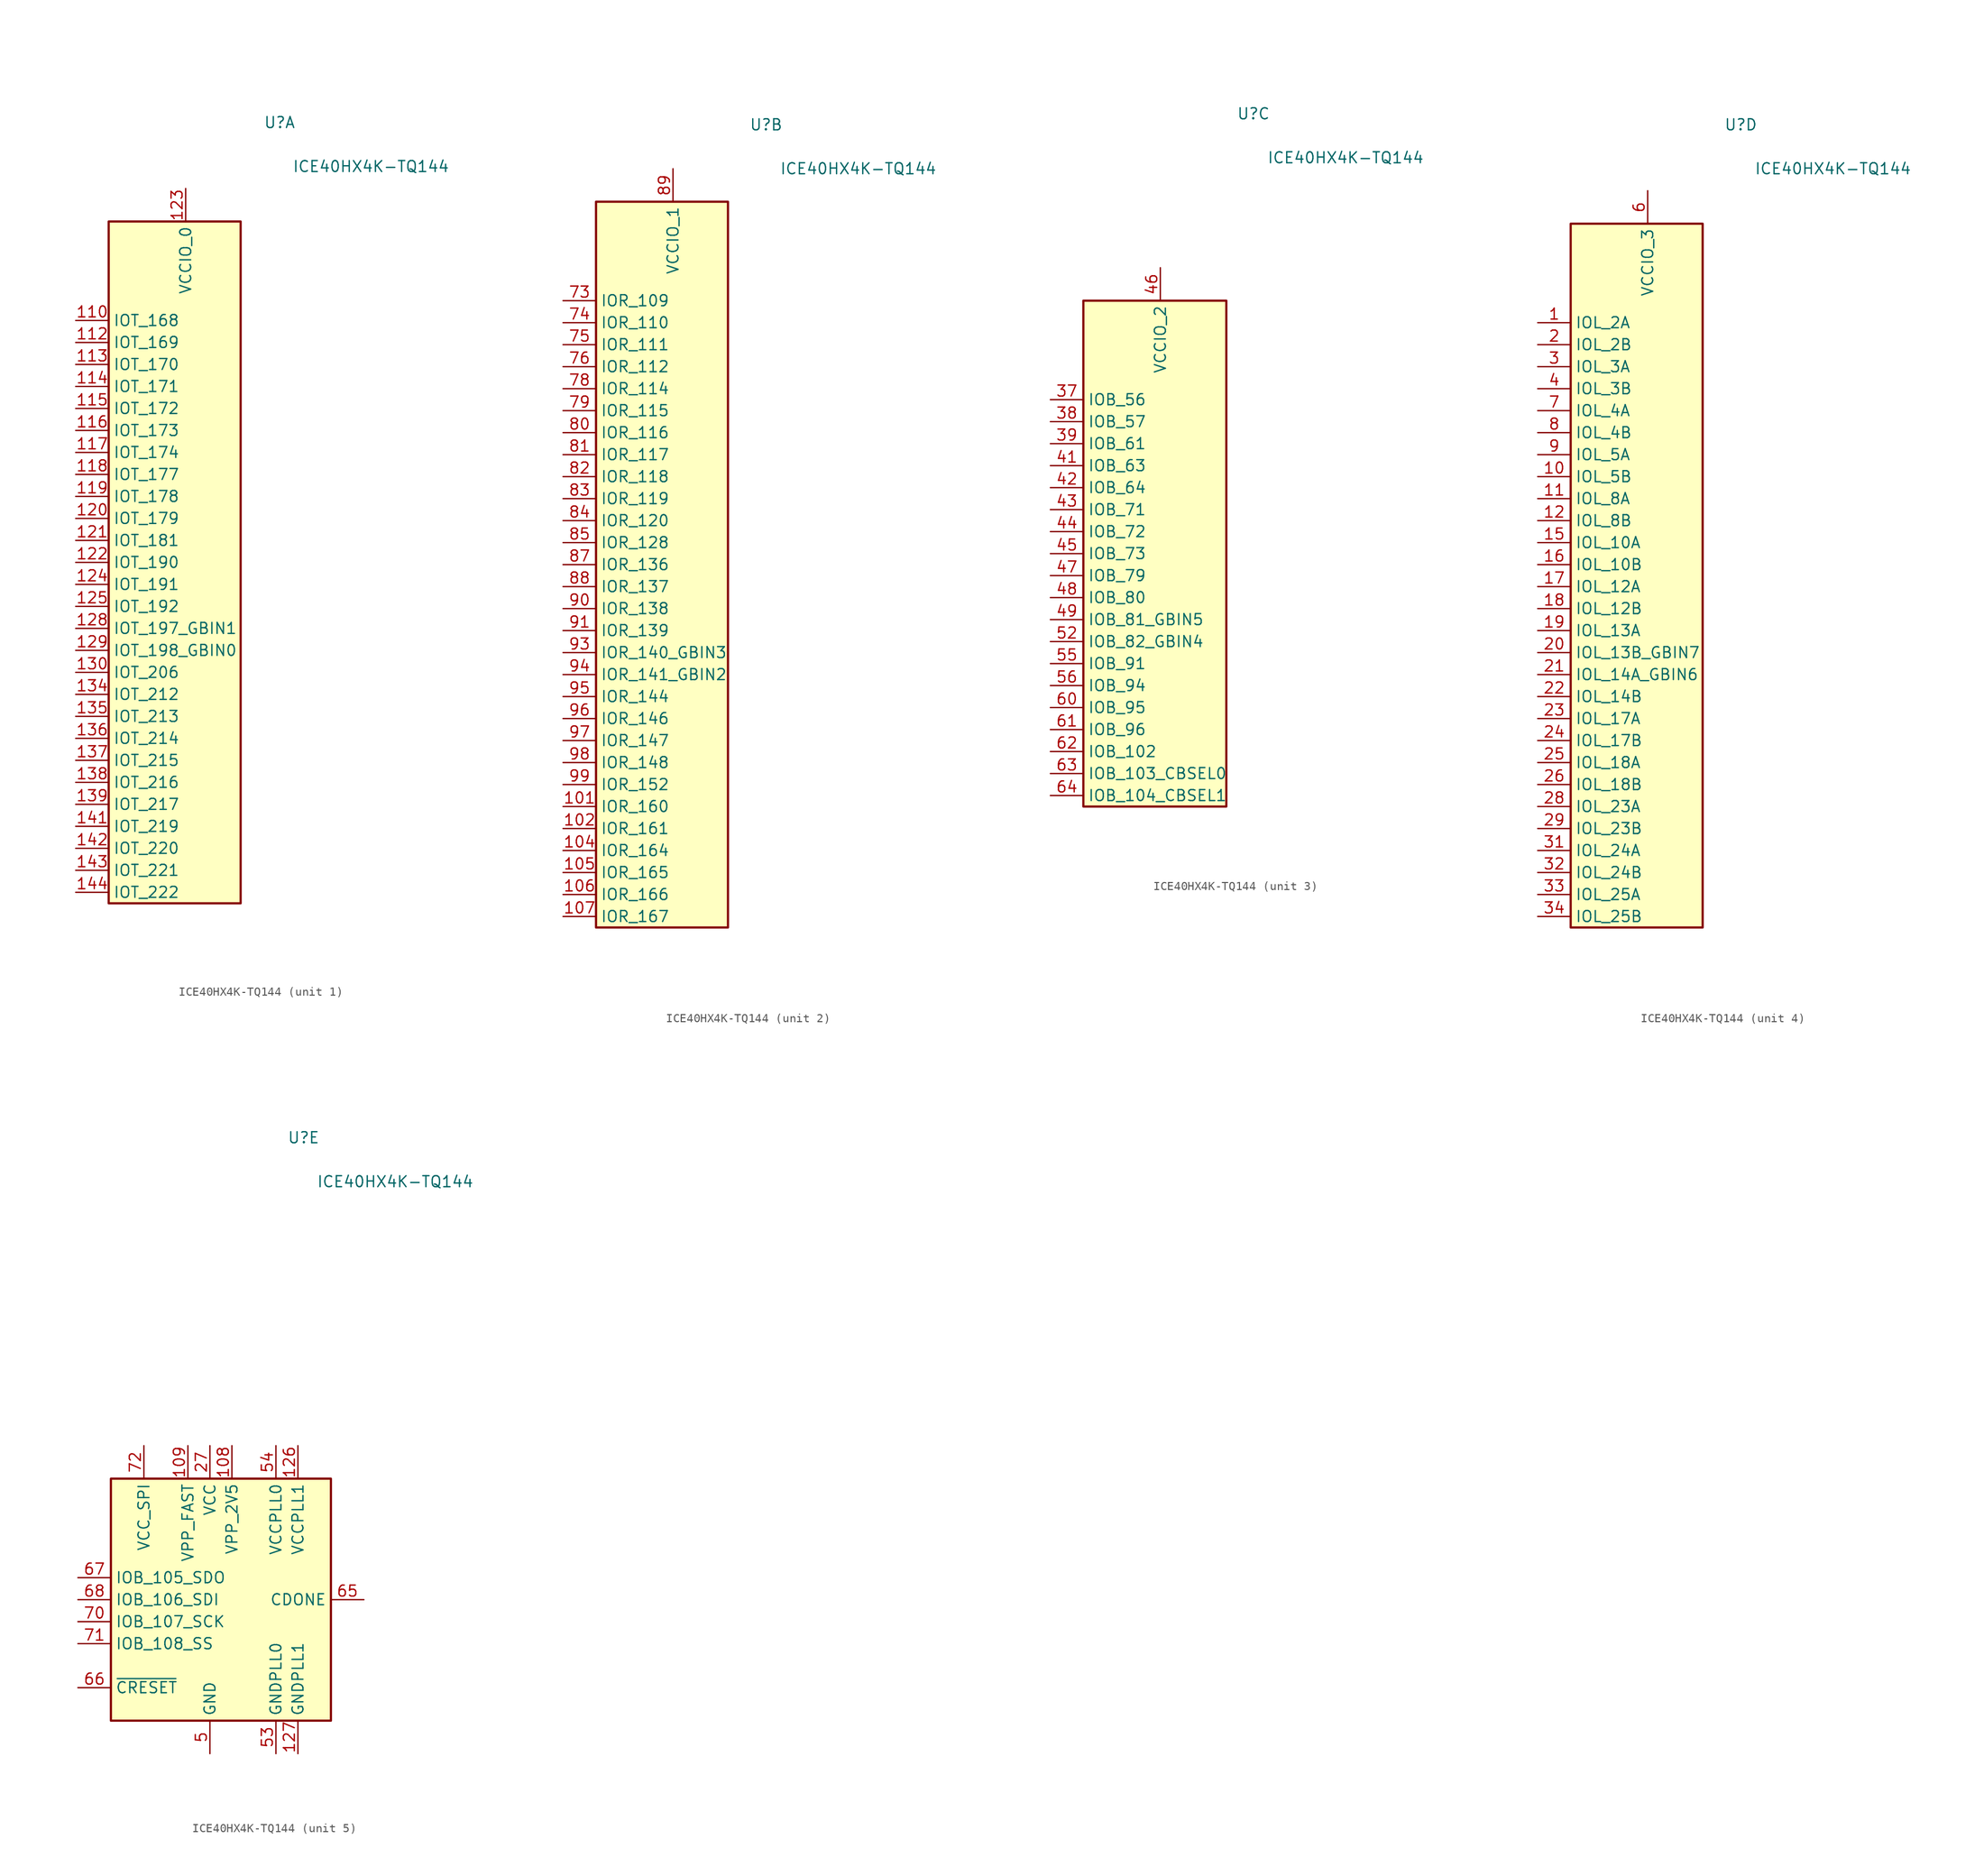
<source format=kicad_sym>
(kicad_symbol_lib
  (version 20241209)
  (generator "kicad_symbol_editor")
  (generator_version "9.0")
  (symbol "ICE40HX4K-TQ144"
    (property "Reference" "U"
      (at 12.7 53.34 0)
      (effects (font (size 1.27 1.27)) (justify right)))
    (property "Value" "ICE40HX4K-TQ144"
      (at 30.48 48.26 0)
      (effects (font (size 1.27 1.27)) (justify right)))
    (property "ki_locked" ""
      (at 0 0 0)
      (effects (font (size 1.27 1.27))))
    (symbol "ICE40HX4K-TQ144_1_1"
      (rectangle (start -8.89 41.91) (end 6.35 -36.83) (stroke (width 0.254) (type default)) (fill (type background)))
      (pin bidirectional line (at -12.7 30.48 0) (length 3.81) (name "IOT_168" (effects (font (size 1.27 1.27)))) (number "110" (effects (font (size 1.27 1.27)))))
      (pin bidirectional line (at -12.7 27.94 0) (length 3.81) (name "IOT_169" (effects (font (size 1.27 1.27)))) (number "112" (effects (font (size 1.27 1.27)))))
      (pin bidirectional line (at -12.7 25.4 0) (length 3.81) (name "IOT_170" (effects (font (size 1.27 1.27)))) (number "113" (effects (font (size 1.27 1.27)))))
      (pin bidirectional line (at -12.7 22.86 0) (length 3.81) (name "IOT_171" (effects (font (size 1.27 1.27)))) (number "114" (effects (font (size 1.27 1.27)))))
      (pin bidirectional line (at -12.7 20.32 0) (length 3.81) (name "IOT_172" (effects (font (size 1.27 1.27)))) (number "115" (effects (font (size 1.27 1.27)))))
      (pin bidirectional line (at -12.7 17.78 0) (length 3.81) (name "IOT_173" (effects (font (size 1.27 1.27)))) (number "116" (effects (font (size 1.27 1.27)))))
      (pin bidirectional line (at -12.7 15.24 0) (length 3.81) (name "IOT_174" (effects (font (size 1.27 1.27)))) (number "117" (effects (font (size 1.27 1.27)))))
      (pin bidirectional line (at -12.7 12.7 0) (length 3.81) (name "IOT_177" (effects (font (size 1.27 1.27)))) (number "118" (effects (font (size 1.27 1.27)))))
      (pin bidirectional line (at -12.7 10.16 0) (length 3.81) (name "IOT_178" (effects (font (size 1.27 1.27)))) (number "119" (effects (font (size 1.27 1.27)))))
      (pin bidirectional line (at -12.7 7.62 0) (length 3.81) (name "IOT_179" (effects (font (size 1.27 1.27)))) (number "120" (effects (font (size 1.27 1.27)))))
      (pin bidirectional line (at -12.7 5.08 0) (length 3.81) (name "IOT_181" (effects (font (size 1.27 1.27)))) (number "121" (effects (font (size 1.27 1.27)))))
      (pin bidirectional line (at -12.7 2.54 0) (length 3.81) (name "IOT_190" (effects (font (size 1.27 1.27)))) (number "122" (effects (font (size 1.27 1.27)))))
      (pin bidirectional line (at -12.7 0 0) (length 3.81) (name "IOT_191" (effects (font (size 1.27 1.27)))) (number "124" (effects (font (size 1.27 1.27)))))
      (pin bidirectional line (at -12.7 -2.54 0) (length 3.81) (name "IOT_192" (effects (font (size 1.27 1.27)))) (number "125" (effects (font (size 1.27 1.27)))))
      (pin bidirectional line (at -12.7 -5.08 0) (length 3.81) (name "IOT_197_GBIN1" (effects (font (size 1.27 1.27)))) (number "128" (effects (font (size 1.27 1.27)))))
      (pin bidirectional line (at -12.7 -7.62 0) (length 3.81) (name "IOT_198_GBIN0" (effects (font (size 1.27 1.27)))) (number "129" (effects (font (size 1.27 1.27)))))
      (pin bidirectional line (at -12.7 -10.16 0) (length 3.81) (name "IOT_206" (effects (font (size 1.27 1.27)))) (number "130" (effects (font (size 1.27 1.27)))))
      (pin bidirectional line (at -12.7 -12.7 0) (length 3.81) (name "IOT_212" (effects (font (size 1.27 1.27)))) (number "134" (effects (font (size 1.27 1.27)))))
      (pin bidirectional line (at -12.7 -15.24 0) (length 3.81) (name "IOT_213" (effects (font (size 1.27 1.27)))) (number "135" (effects (font (size 1.27 1.27)))))
      (pin bidirectional line (at -12.7 -17.78 0) (length 3.81) (name "IOT_214" (effects (font (size 1.27 1.27)))) (number "136" (effects (font (size 1.27 1.27)))))
      (pin bidirectional line (at -12.7 -20.32 0) (length 3.81) (name "IOT_215" (effects (font (size 1.27 1.27)))) (number "137" (effects (font (size 1.27 1.27)))))
      (pin bidirectional line (at -12.7 -22.86 0) (length 3.81) (name "IOT_216" (effects (font (size 1.27 1.27)))) (number "138" (effects (font (size 1.27 1.27)))))
      (pin bidirectional line (at -12.7 -25.4 0) (length 3.81) (name "IOT_217" (effects (font (size 1.27 1.27)))) (number "139" (effects (font (size 1.27 1.27)))))
      (pin bidirectional line (at -12.7 -27.94 0) (length 3.81) (name "IOT_219" (effects (font (size 1.27 1.27)))) (number "141" (effects (font (size 1.27 1.27)))))
      (pin bidirectional line (at -12.7 -30.48 0) (length 3.81) (name "IOT_220" (effects (font (size 1.27 1.27)))) (number "142" (effects (font (size 1.27 1.27)))))
      (pin bidirectional line (at -12.7 -33.02 0) (length 3.81) (name "IOT_221" (effects (font (size 1.27 1.27)))) (number "143" (effects (font (size 1.27 1.27)))))
      (pin bidirectional line (at -12.7 -35.56 0) (length 3.81) (name "IOT_222" (effects (font (size 1.27 1.27)))) (number "144" (effects (font (size 1.27 1.27)))))
      (pin power_in line (at 0 45.72 270) (length 3.81) (name "VCCIO_0" (effects (font (size 1.27 1.27)))) (number "123" (effects (font (size 1.27 1.27)))))
      (pin passive line (at 0 45.72 270) (length 3.81) hide (name "VCCIO_0" (effects (font (size 1.27 1.27)))) (number "131" (effects (font (size 1.27 1.27))))))
    (symbol "ICE40HX4K-TQ144_2_1"
      (rectangle (start -8.89 44.45) (end 6.35 -39.37) (stroke (width 0.254) (type default)) (fill (type background)))
      (pin bidirectional line (at -12.7 33.02 0) (length 3.81) (name "IOR_109" (effects (font (size 1.27 1.27)))) (number "73" (effects (font (size 1.27 1.27)))))
      (pin bidirectional line (at -12.7 30.48 0) (length 3.81) (name "IOR_110" (effects (font (size 1.27 1.27)))) (number "74" (effects (font (size 1.27 1.27)))))
      (pin bidirectional line (at -12.7 27.94 0) (length 3.81) (name "IOR_111" (effects (font (size 1.27 1.27)))) (number "75" (effects (font (size 1.27 1.27)))))
      (pin bidirectional line (at -12.7 25.4 0) (length 3.81) (name "IOR_112" (effects (font (size 1.27 1.27)))) (number "76" (effects (font (size 1.27 1.27)))))
      (pin bidirectional line (at -12.7 22.86 0) (length 3.81) (name "IOR_114" (effects (font (size 1.27 1.27)))) (number "78" (effects (font (size 1.27 1.27)))))
      (pin bidirectional line (at -12.7 20.32 0) (length 3.81) (name "IOR_115" (effects (font (size 1.27 1.27)))) (number "79" (effects (font (size 1.27 1.27)))))
      (pin bidirectional line (at -12.7 17.78 0) (length 3.81) (name "IOR_116" (effects (font (size 1.27 1.27)))) (number "80" (effects (font (size 1.27 1.27)))))
      (pin bidirectional line (at -12.7 15.24 0) (length 3.81) (name "IOR_117" (effects (font (size 1.27 1.27)))) (number "81" (effects (font (size 1.27 1.27)))))
      (pin bidirectional line (at -12.7 12.7 0) (length 3.81) (name "IOR_118" (effects (font (size 1.27 1.27)))) (number "82" (effects (font (size 1.27 1.27)))))
      (pin bidirectional line (at -12.7 10.16 0) (length 3.81) (name "IOR_119" (effects (font (size 1.27 1.27)))) (number "83" (effects (font (size 1.27 1.27)))))
      (pin bidirectional line (at -12.7 7.62 0) (length 3.81) (name "IOR_120" (effects (font (size 1.27 1.27)))) (number "84" (effects (font (size 1.27 1.27)))))
      (pin bidirectional line (at -12.7 5.08 0) (length 3.81) (name "IOR_128" (effects (font (size 1.27 1.27)))) (number "85" (effects (font (size 1.27 1.27)))))
      (pin bidirectional line (at -12.7 2.54 0) (length 3.81) (name "IOR_136" (effects (font (size 1.27 1.27)))) (number "87" (effects (font (size 1.27 1.27)))))
      (pin bidirectional line (at -12.7 0 0) (length 3.81) (name "IOR_137" (effects (font (size 1.27 1.27)))) (number "88" (effects (font (size 1.27 1.27)))))
      (pin bidirectional line (at -12.7 -2.54 0) (length 3.81) (name "IOR_138" (effects (font (size 1.27 1.27)))) (number "90" (effects (font (size 1.27 1.27)))))
      (pin bidirectional line (at -12.7 -5.08 0) (length 3.81) (name "IOR_139" (effects (font (size 1.27 1.27)))) (number "91" (effects (font (size 1.27 1.27)))))
      (pin bidirectional line (at -12.7 -7.62 0) (length 3.81) (name "IOR_140_GBIN3" (effects (font (size 1.27 1.27)))) (number "93" (effects (font (size 1.27 1.27)))))
      (pin bidirectional line (at -12.7 -10.16 0) (length 3.81) (name "IOR_141_GBIN2" (effects (font (size 1.27 1.27)))) (number "94" (effects (font (size 1.27 1.27)))))
      (pin bidirectional line (at -12.7 -12.7 0) (length 3.81) (name "IOR_144" (effects (font (size 1.27 1.27)))) (number "95" (effects (font (size 1.27 1.27)))))
      (pin bidirectional line (at -12.7 -15.24 0) (length 3.81) (name "IOR_146" (effects (font (size 1.27 1.27)))) (number "96" (effects (font (size 1.27 1.27)))))
      (pin bidirectional line (at -12.7 -17.78 0) (length 3.81) (name "IOR_147" (effects (font (size 1.27 1.27)))) (number "97" (effects (font (size 1.27 1.27)))))
      (pin bidirectional line (at -12.7 -20.32 0) (length 3.81) (name "IOR_148" (effects (font (size 1.27 1.27)))) (number "98" (effects (font (size 1.27 1.27)))))
      (pin bidirectional line (at -12.7 -22.86 0) (length 3.81) (name "IOR_152" (effects (font (size 1.27 1.27)))) (number "99" (effects (font (size 1.27 1.27)))))
      (pin bidirectional line (at -12.7 -25.4 0) (length 3.81) (name "IOR_160" (effects (font (size 1.27 1.27)))) (number "101" (effects (font (size 1.27 1.27)))))
      (pin bidirectional line (at -12.7 -27.94 0) (length 3.81) (name "IOR_161" (effects (font (size 1.27 1.27)))) (number "102" (effects (font (size 1.27 1.27)))))
      (pin bidirectional line (at -12.7 -30.48 0) (length 3.81) (name "IOR_164" (effects (font (size 1.27 1.27)))) (number "104" (effects (font (size 1.27 1.27)))))
      (pin bidirectional line (at -12.7 -33.02 0) (length 3.81) (name "IOR_165" (effects (font (size 1.27 1.27)))) (number "105" (effects (font (size 1.27 1.27)))))
      (pin bidirectional line (at -12.7 -35.56 0) (length 3.81) (name "IOR_166" (effects (font (size 1.27 1.27)))) (number "106" (effects (font (size 1.27 1.27)))))
      (pin bidirectional line (at -12.7 -38.1 0) (length 3.81) (name "IOR_167" (effects (font (size 1.27 1.27)))) (number "107" (effects (font (size 1.27 1.27)))))
      (pin passive line (at 0 48.26 270) (length 3.81) hide (name "VCCIO_1" (effects (font (size 1.27 1.27)))) (number "100" (effects (font (size 1.27 1.27)))))
      (pin power_in line (at 0 48.26 270) (length 3.81) (name "VCCIO_1" (effects (font (size 1.27 1.27)))) (number "89" (effects (font (size 1.27 1.27))))))
    (symbol "ICE40HX4K-TQ144_3_1"
      (rectangle (start -8.89 31.75) (end 7.62 -26.67) (stroke (width 0.254) (type default)) (fill (type background)))
      (pin bidirectional line (at -12.7 20.32 0) (length 3.81) (name "IOB_56" (effects (font (size 1.27 1.27)))) (number "37" (effects (font (size 1.27 1.27)))))
      (pin bidirectional line (at -12.7 17.78 0) (length 3.81) (name "IOB_57" (effects (font (size 1.27 1.27)))) (number "38" (effects (font (size 1.27 1.27)))))
      (pin bidirectional line (at -12.7 15.24 0) (length 3.81) (name "IOB_61" (effects (font (size 1.27 1.27)))) (number "39" (effects (font (size 1.27 1.27)))))
      (pin bidirectional line (at -12.7 12.7 0) (length 3.81) (name "IOB_63" (effects (font (size 1.27 1.27)))) (number "41" (effects (font (size 1.27 1.27)))))
      (pin bidirectional line (at -12.7 10.16 0) (length 3.81) (name "IOB_64" (effects (font (size 1.27 1.27)))) (number "42" (effects (font (size 1.27 1.27)))))
      (pin bidirectional line (at -12.7 7.62 0) (length 3.81) (name "IOB_71" (effects (font (size 1.27 1.27)))) (number "43" (effects (font (size 1.27 1.27)))))
      (pin bidirectional line (at -12.7 5.08 0) (length 3.81) (name "IOB_72" (effects (font (size 1.27 1.27)))) (number "44" (effects (font (size 1.27 1.27)))))
      (pin bidirectional line (at -12.7 2.54 0) (length 3.81) (name "IOB_73" (effects (font (size 1.27 1.27)))) (number "45" (effects (font (size 1.27 1.27)))))
      (pin bidirectional line (at -12.7 0 0) (length 3.81) (name "IOB_79" (effects (font (size 1.27 1.27)))) (number "47" (effects (font (size 1.27 1.27)))))
      (pin bidirectional line (at -12.7 -2.54 0) (length 3.81) (name "IOB_80" (effects (font (size 1.27 1.27)))) (number "48" (effects (font (size 1.27 1.27)))))
      (pin bidirectional line (at -12.7 -5.08 0) (length 3.81) (name "IOB_81_GBIN5" (effects (font (size 1.27 1.27)))) (number "49" (effects (font (size 1.27 1.27)))))
      (pin bidirectional line (at -12.7 -7.62 0) (length 3.81) (name "IOB_82_GBIN4" (effects (font (size 1.27 1.27)))) (number "52" (effects (font (size 1.27 1.27)))))
      (pin bidirectional line (at -12.7 -10.16 0) (length 3.81) (name "IOB_91" (effects (font (size 1.27 1.27)))) (number "55" (effects (font (size 1.27 1.27)))))
      (pin bidirectional line (at -12.7 -12.7 0) (length 3.81) (name "IOB_94" (effects (font (size 1.27 1.27)))) (number "56" (effects (font (size 1.27 1.27)))))
      (pin bidirectional line (at -12.7 -15.24 0) (length 3.81) (name "IOB_95" (effects (font (size 1.27 1.27)))) (number "60" (effects (font (size 1.27 1.27)))))
      (pin bidirectional line (at -12.7 -17.78 0) (length 3.81) (name "IOB_96" (effects (font (size 1.27 1.27)))) (number "61" (effects (font (size 1.27 1.27)))))
      (pin bidirectional line (at -12.7 -20.32 0) (length 3.81) (name "IOB_102" (effects (font (size 1.27 1.27)))) (number "62" (effects (font (size 1.27 1.27)))))
      (pin bidirectional line (at -12.7 -22.86 0) (length 3.81) (name "IOB_103_CBSEL0" (effects (font (size 1.27 1.27)))) (number "63" (effects (font (size 1.27 1.27)))))
      (pin bidirectional line (at -12.7 -25.4 0) (length 3.81) (name "IOB_104_CBSEL1" (effects (font (size 1.27 1.27)))) (number "64" (effects (font (size 1.27 1.27)))))
      (pin power_in line (at 0 35.56 270) (length 3.81) (name "VCCIO_2" (effects (font (size 1.27 1.27)))) (number "46" (effects (font (size 1.27 1.27)))))
      (pin passive line (at 0 35.56 270) (length 3.81) hide (name "VCCIO_2" (effects (font (size 1.27 1.27)))) (number "57" (effects (font (size 1.27 1.27))))))
    (symbol "ICE40HX4K-TQ144_4_1"
      (rectangle (start -8.89 41.91) (end 6.35 -39.37) (stroke (width 0.254) (type default)) (fill (type background)))
      (pin bidirectional line (at -12.7 30.48 0) (length 3.81) (name "IOL_2A" (effects (font (size 1.27 1.27)))) (number "1" (effects (font (size 1.27 1.27)))))
      (pin bidirectional line (at -12.7 27.94 0) (length 3.81) (name "IOL_2B" (effects (font (size 1.27 1.27)))) (number "2" (effects (font (size 1.27 1.27)))))
      (pin bidirectional line (at -12.7 25.4 0) (length 3.81) (name "IOL_3A" (effects (font (size 1.27 1.27)))) (number "3" (effects (font (size 1.27 1.27)))))
      (pin bidirectional line (at -12.7 22.86 0) (length 3.81) (name "IOL_3B" (effects (font (size 1.27 1.27)))) (number "4" (effects (font (size 1.27 1.27)))))
      (pin bidirectional line (at -12.7 20.32 0) (length 3.81) (name "IOL_4A" (effects (font (size 1.27 1.27)))) (number "7" (effects (font (size 1.27 1.27)))))
      (pin bidirectional line (at -12.7 17.78 0) (length 3.81) (name "IOL_4B" (effects (font (size 1.27 1.27)))) (number "8" (effects (font (size 1.27 1.27)))))
      (pin bidirectional line (at -12.7 15.24 0) (length 3.81) (name "IOL_5A" (effects (font (size 1.27 1.27)))) (number "9" (effects (font (size 1.27 1.27)))))
      (pin bidirectional line (at -12.7 12.7 0) (length 3.81) (name "IOL_5B" (effects (font (size 1.27 1.27)))) (number "10" (effects (font (size 1.27 1.27)))))
      (pin bidirectional line (at -12.7 10.16 0) (length 3.81) (name "IOL_8A" (effects (font (size 1.27 1.27)))) (number "11" (effects (font (size 1.27 1.27)))))
      (pin bidirectional line (at -12.7 7.62 0) (length 3.81) (name "IOL_8B" (effects (font (size 1.27 1.27)))) (number "12" (effects (font (size 1.27 1.27)))))
      (pin bidirectional line (at -12.7 5.08 0) (length 3.81) (name "IOL_10A" (effects (font (size 1.27 1.27)))) (number "15" (effects (font (size 1.27 1.27)))))
      (pin bidirectional line (at -12.7 2.54 0) (length 3.81) (name "IOL_10B" (effects (font (size 1.27 1.27)))) (number "16" (effects (font (size 1.27 1.27)))))
      (pin bidirectional line (at -12.7 0 0) (length 3.81) (name "IOL_12A" (effects (font (size 1.27 1.27)))) (number "17" (effects (font (size 1.27 1.27)))))
      (pin bidirectional line (at -12.7 -2.54 0) (length 3.81) (name "IOL_12B" (effects (font (size 1.27 1.27)))) (number "18" (effects (font (size 1.27 1.27)))))
      (pin bidirectional line (at -12.7 -5.08 0) (length 3.81) (name "IOL_13A" (effects (font (size 1.27 1.27)))) (number "19" (effects (font (size 1.27 1.27)))))
      (pin bidirectional line (at -12.7 -7.62 0) (length 3.81) (name "IOL_13B_GBIN7" (effects (font (size 1.27 1.27)))) (number "20" (effects (font (size 1.27 1.27)))))
      (pin bidirectional line (at -12.7 -10.16 0) (length 3.81) (name "IOL_14A_GBIN6" (effects (font (size 1.27 1.27)))) (number "21" (effects (font (size 1.27 1.27)))))
      (pin bidirectional line (at -12.7 -12.7 0) (length 3.81) (name "IOL_14B" (effects (font (size 1.27 1.27)))) (number "22" (effects (font (size 1.27 1.27)))))
      (pin bidirectional line (at -12.7 -15.24 0) (length 3.81) (name "IOL_17A" (effects (font (size 1.27 1.27)))) (number "23" (effects (font (size 1.27 1.27)))))
      (pin bidirectional line (at -12.7 -17.78 0) (length 3.81) (name "IOL_17B" (effects (font (size 1.27 1.27)))) (number "24" (effects (font (size 1.27 1.27)))))
      (pin bidirectional line (at -12.7 -20.32 0) (length 3.81) (name "IOL_18A" (effects (font (size 1.27 1.27)))) (number "25" (effects (font (size 1.27 1.27)))))
      (pin bidirectional line (at -12.7 -22.86 0) (length 3.81) (name "IOL_18B" (effects (font (size 1.27 1.27)))) (number "26" (effects (font (size 1.27 1.27)))))
      (pin bidirectional line (at -12.7 -25.4 0) (length 3.81) (name "IOL_23A" (effects (font (size 1.27 1.27)))) (number "28" (effects (font (size 1.27 1.27)))))
      (pin bidirectional line (at -12.7 -27.94 0) (length 3.81) (name "IOL_23B" (effects (font (size 1.27 1.27)))) (number "29" (effects (font (size 1.27 1.27)))))
      (pin bidirectional line (at -12.7 -30.48 0) (length 3.81) (name "IOL_24A" (effects (font (size 1.27 1.27)))) (number "31" (effects (font (size 1.27 1.27)))))
      (pin bidirectional line (at -12.7 -33.02 0) (length 3.81) (name "IOL_24B" (effects (font (size 1.27 1.27)))) (number "32" (effects (font (size 1.27 1.27)))))
      (pin bidirectional line (at -12.7 -35.56 0) (length 3.81) (name "IOL_25A" (effects (font (size 1.27 1.27)))) (number "33" (effects (font (size 1.27 1.27)))))
      (pin bidirectional line (at -12.7 -38.1 0) (length 3.81) (name "IOL_25B" (effects (font (size 1.27 1.27)))) (number "34" (effects (font (size 1.27 1.27)))))
      (pin passive line (at 0 45.72 270) (length 3.81) hide (name "VCCIO_3" (effects (font (size 1.27 1.27)))) (number "30" (effects (font (size 1.27 1.27)))))
      (pin power_in line (at 0 45.72 270) (length 3.81) (name "VCCIO_3" (effects (font (size 1.27 1.27)))) (number "6" (effects (font (size 1.27 1.27))))))
    (symbol "ICE40HX4K-TQ144_5_1"
      (rectangle (start -11.43 13.97) (end 13.97 -13.97) (stroke (width 0.254) (type default)) (fill (type background)))
      (pin bidirectional line (at -15.24 2.54 0) (length 3.81) (name "IOB_105_SDO" (effects (font (size 1.27 1.27)))) (number "67" (effects (font (size 1.27 1.27)))))
      (pin bidirectional line (at -15.24 0 0) (length 3.81) (name "IOB_106_SDI" (effects (font (size 1.27 1.27)))) (number "68" (effects (font (size 1.27 1.27)))))
      (pin bidirectional line (at -15.24 -2.54 0) (length 3.81) (name "IOB_107_SCK" (effects (font (size 1.27 1.27)))) (number "70" (effects (font (size 1.27 1.27)))))
      (pin bidirectional line (at -15.24 -5.08 0) (length 3.81) (name "IOB_108_SS" (effects (font (size 1.27 1.27)))) (number "71" (effects (font (size 1.27 1.27)))))
      (pin input line (at -15.24 -10.16 0) (length 3.81) (name "~{CRESET}" (effects (font (size 1.27 1.27)))) (number "66" (effects (font (size 1.27 1.27)))))
      (pin power_in line (at -7.62 17.78 270) (length 3.81) (name "VCC_SPI" (effects (font (size 1.27 1.27)))) (number "72" (effects (font (size 1.27 1.27)))))
      (pin power_in line (at -2.54 17.78 270) (length 3.81) (name "VPP_FAST" (effects (font (size 1.27 1.27)))) (number "109" (effects (font (size 1.27 1.27)))))
      (pin passive line (at 0 17.78 270) (length 3.81) hide (name "VCC" (effects (font (size 1.27 1.27)))) (number "111" (effects (font (size 1.27 1.27)))))
      (pin power_in line (at 0 17.78 270) (length 3.81) (name "VCC" (effects (font (size 1.27 1.27)))) (number "27" (effects (font (size 1.27 1.27)))))
      (pin passive line (at 0 17.78 270) (length 3.81) hide (name "VCC" (effects (font (size 1.27 1.27)))) (number "40" (effects (font (size 1.27 1.27)))))
      (pin passive line (at 0 17.78 270) (length 3.81) hide (name "VCC" (effects (font (size 1.27 1.27)))) (number "92" (effects (font (size 1.27 1.27)))))
      (pin passive line (at 0 -17.78 90) (length 3.81) hide (name "GND" (effects (font (size 1.27 1.27)))) (number "103" (effects (font (size 1.27 1.27)))))
      (pin passive line (at 0 -17.78 90) (length 3.81) hide (name "GND" (effects (font (size 1.27 1.27)))) (number "13" (effects (font (size 1.27 1.27)))))
      (pin passive line (at 0 -17.78 90) (length 3.81) hide (name "GND" (effects (font (size 1.27 1.27)))) (number "132" (effects (font (size 1.27 1.27)))))
      (pin passive line (at 0 -17.78 90) (length 3.81) hide (name "GND" (effects (font (size 1.27 1.27)))) (number "14" (effects (font (size 1.27 1.27)))))
      (pin passive line (at 0 -17.78 90) (length 3.81) hide (name "GND" (effects (font (size 1.27 1.27)))) (number "140" (effects (font (size 1.27 1.27)))))
      (pin power_in line (at 0 -17.78 90) (length 3.81) (name "GND" (effects (font (size 1.27 1.27)))) (number "5" (effects (font (size 1.27 1.27)))))
      (pin passive line (at 0 -17.78 90) (length 3.81) hide (name "GND" (effects (font (size 1.27 1.27)))) (number "59" (effects (font (size 1.27 1.27)))))
      (pin passive line (at 0 -17.78 90) (length 3.81) hide (name "GND" (effects (font (size 1.27 1.27)))) (number "69" (effects (font (size 1.27 1.27)))))
      (pin passive line (at 0 -17.78 90) (length 3.81) hide (name "GND" (effects (font (size 1.27 1.27)))) (number "86" (effects (font (size 1.27 1.27)))))
      (pin power_in line (at 2.54 17.78 270) (length 3.81) (name "VPP_2V5" (effects (font (size 1.27 1.27)))) (number "108" (effects (font (size 1.27 1.27)))))
      (pin power_in line (at 7.62 17.78 270) (length 3.81) (name "VCCPLL0" (effects (font (size 1.27 1.27)))) (number "54" (effects (font (size 1.27 1.27)))))
      (pin power_in line (at 7.62 -17.78 90) (length 3.81) (name "GNDPLL0" (effects (font (size 1.27 1.27)))) (number "53" (effects (font (size 1.27 1.27)))))
      (pin power_in line (at 10.16 17.78 270) (length 3.81) (name "VCCPLL1" (effects (font (size 1.27 1.27)))) (number "126" (effects (font (size 1.27 1.27)))))
      (pin power_in line (at 10.16 -17.78 90) (length 3.81) (name "GNDPLL1" (effects (font (size 1.27 1.27)))) (number "127" (effects (font (size 1.27 1.27)))))
      (pin no_connect line (at 12.7 7.62 180) (length 3.81) hide (name "NC" (effects (font (size 1.27 1.27)))) (number "77" (effects (font (size 1.27 1.27)))))
      (pin no_connect line (at 12.7 5.08 180) (length 3.81) hide (name "NC" (effects (font (size 1.27 1.27)))) (number "35" (effects (font (size 1.27 1.27)))))
      (pin no_connect line (at 12.7 2.54 180) (length 3.81) hide (name "NC" (effects (font (size 1.27 1.27)))) (number "36" (effects (font (size 1.27 1.27)))))
      (pin no_connect line (at 12.7 -2.54 180) (length 3.81) hide (name "NC" (effects (font (size 1.27 1.27)))) (number "50" (effects (font (size 1.27 1.27)))))
      (pin no_connect line (at 12.7 -5.08 180) (length 3.81) hide (name "NC" (effects (font (size 1.27 1.27)))) (number "51" (effects (font (size 1.27 1.27)))))
      (pin no_connect line (at 12.7 -7.62 180) (length 3.81) hide (name "NC" (effects (font (size 1.27 1.27)))) (number "58" (effects (font (size 1.27 1.27)))))
      (pin no_connect line (at 12.7 -10.16 180) (length 3.81) hide (name "NC" (effects (font (size 1.27 1.27)))) (number "133" (effects (font (size 1.27 1.27)))))
      (pin open_collector line (at 17.78 0 180) (length 3.81) (name "CDONE" (effects (font (size 1.27 1.27)))) (number "65" (effects (font (size 1.27 1.27))))))))
</source>
